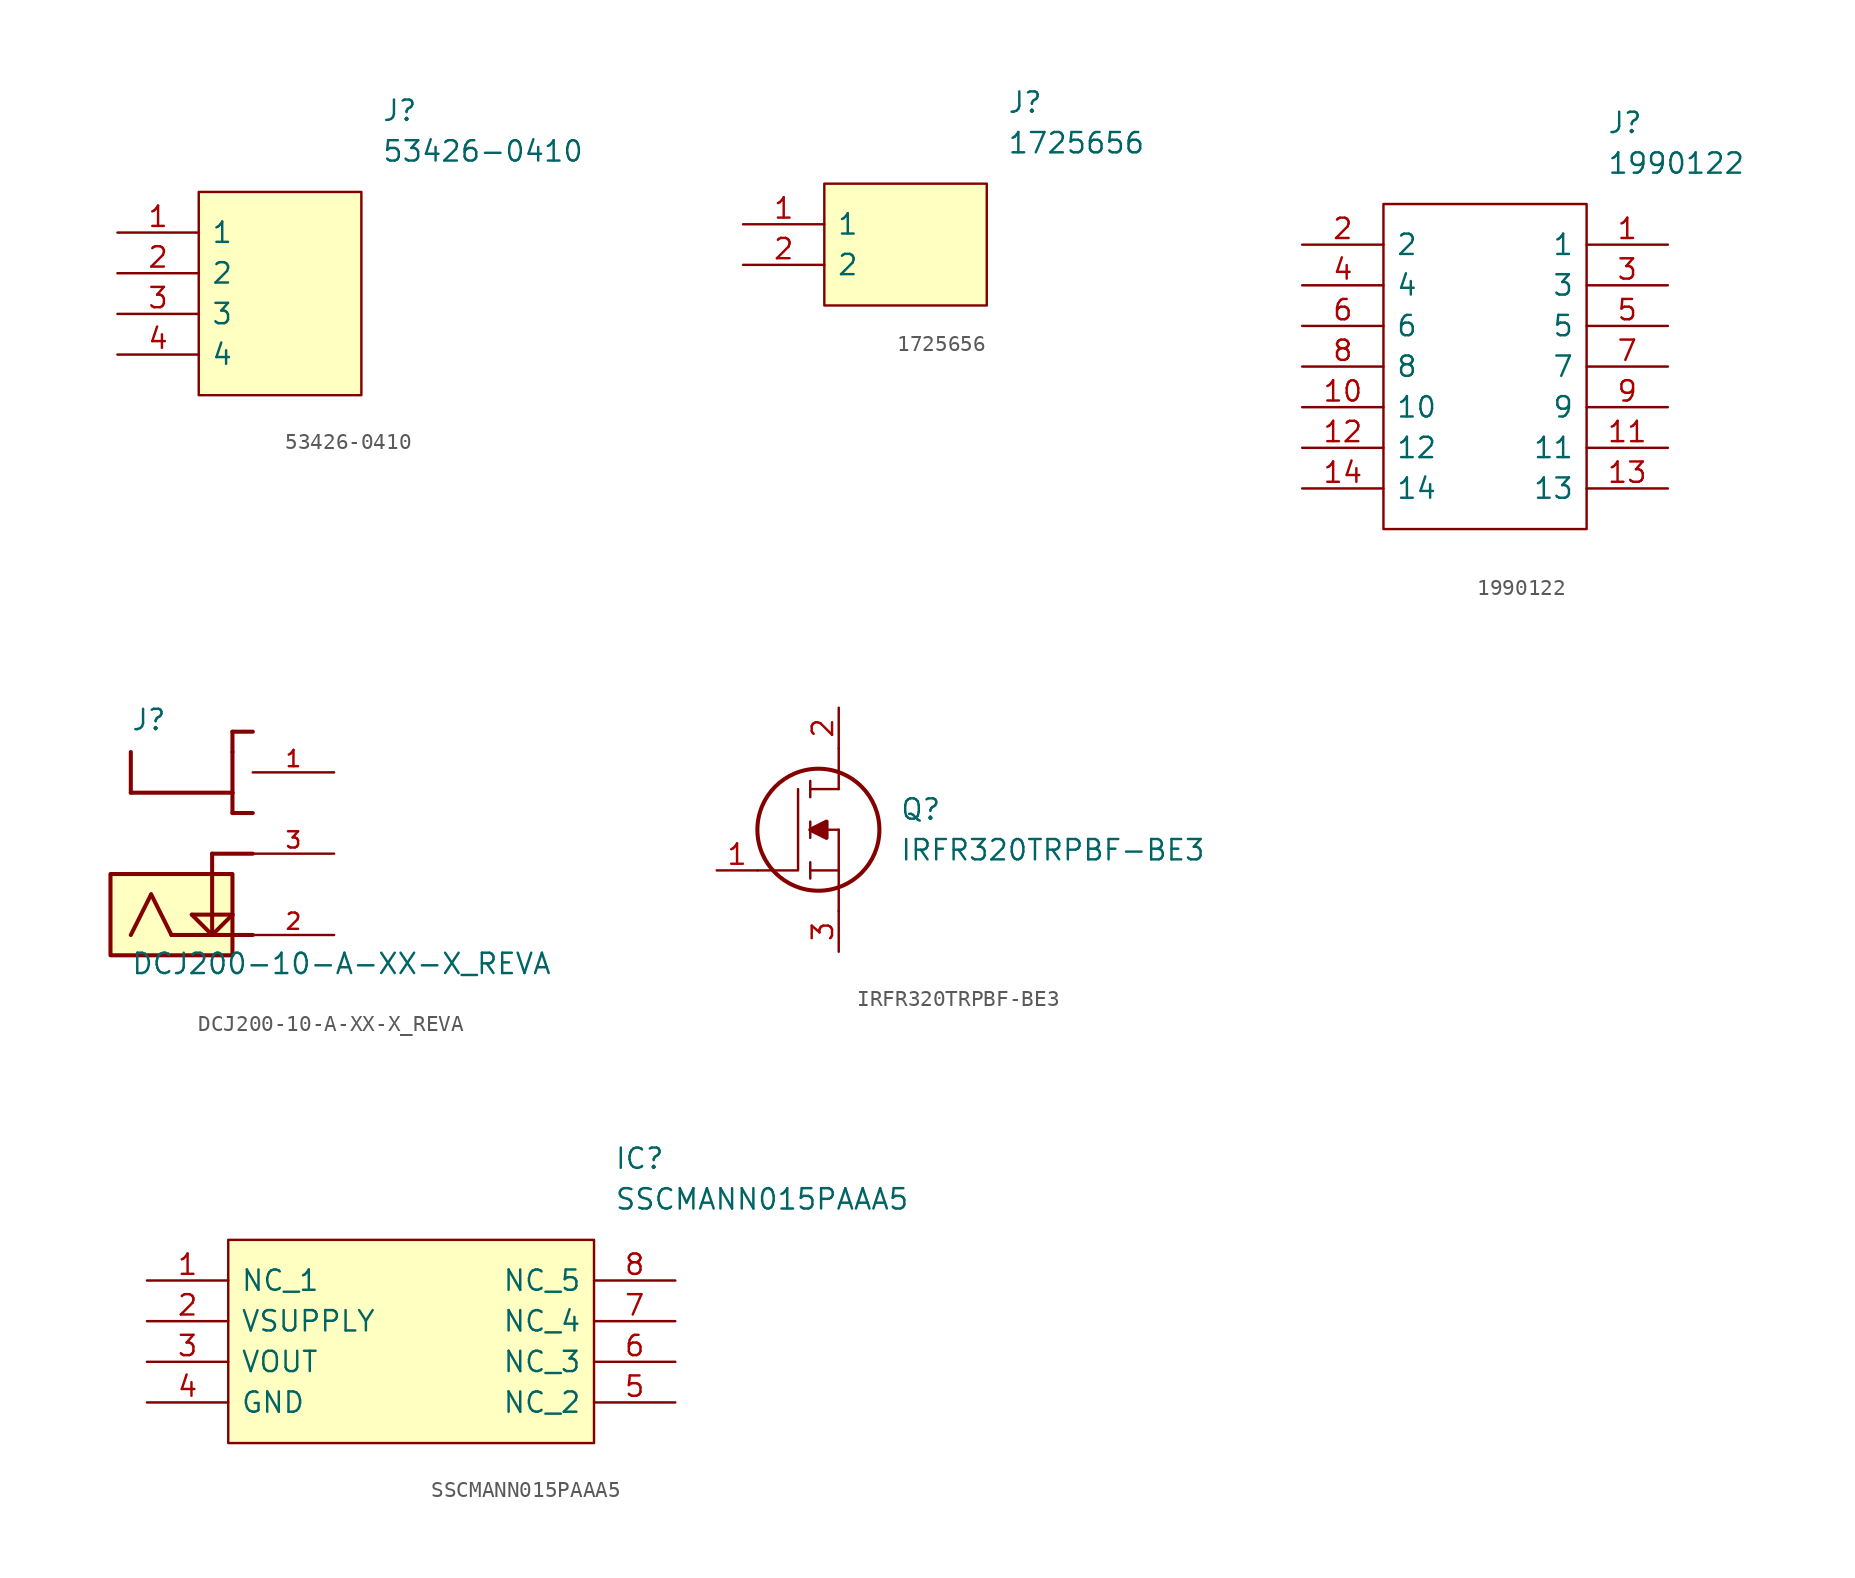
<source format=kicad_sym>
(kicad_symbol_lib
  (version 20211014)
  (generator kicad_symbol_editor)
  (symbol "53426-0410"
    (pin_names
      (offset 0.762))
    (property "Reference" "J"
      (at 16.51 7.62 0)
      (effects (font (size 1.27 1.27)) (justify left)))
    (property "Value" "53426-0410"
      (at 16.51 5.08 0)
      (effects (font (size 1.27 1.27)) (justify left)))
    (symbol "53426-0410_0_0"
      (pin passive line (at 0 0 0) (length 5.08) (name "1" (effects (font (size 1.27 1.27)))) (number "1" (effects (font (size 1.27 1.27)))))
      (pin passive line (at 0 -2.54 0) (length 5.08) (name "2" (effects (font (size 1.27 1.27)))) (number "2" (effects (font (size 1.27 1.27)))))
      (pin passive line (at 0 -5.08 0) (length 5.08) (name "3" (effects (font (size 1.27 1.27)))) (number "3" (effects (font (size 1.27 1.27)))))
      (pin passive line (at 0 -7.62 0) (length 5.08) (name "4" (effects (font (size 1.27 1.27)))) (number "4" (effects (font (size 1.27 1.27))))))
    (symbol "53426-0410_0_1"
      (polyline (pts (xy 5.08 2.54) (xy 15.24 2.54) (xy 15.24 -10.16) (xy 5.08 -10.16) (xy 5.08 2.54)) (stroke (width 0.152) (type default) (color 0 0 0 0)) (fill (type background)))))
  (symbol "1725656"
    (pin_names
      (offset 0.762))
    (property "Reference" "J"
      (at 16.51 7.62 0)
      (effects (font (size 1.27 1.27)) (justify left)))
    (property "Value" "1725656"
      (at 16.51 5.08 0)
      (effects (font (size 1.27 1.27)) (justify left)))
    (symbol "1725656_0_0"
      (pin passive line (at 0 0 0) (length 5.08) (name "1" (effects (font (size 1.27 1.27)))) (number "1" (effects (font (size 1.27 1.27)))))
      (pin passive line (at 0 -2.54 0) (length 5.08) (name "2" (effects (font (size 1.27 1.27)))) (number "2" (effects (font (size 1.27 1.27))))))
    (symbol "1725656_0_1"
      (polyline (pts (xy 5.08 2.54) (xy 15.24 2.54) (xy 15.24 -5.08) (xy 5.08 -5.08) (xy 5.08 2.54)) (stroke (width 0.152) (type default) (color 0 0 0 0)) (fill (type background)))))
  (symbol "1990122"
    (pin_names
      (offset 0.762))
    (property "Reference" "J"
      (at 19.05 7.62 0)
      (effects (font (size 1.27 1.27)) (justify left)))
    (property "Value" "1990122"
      (at 19.05 5.08 0)
      (effects (font (size 1.27 1.27)) (justify left)))
    (symbol "1990122_0_0"
      (pin passive line (at 22.86 0 180) (length 5.08) (name "1" (effects (font (size 1.27 1.27)))) (number "1" (effects (font (size 1.27 1.27)))))
      (pin passive line (at 0 -10.16 0) (length 5.08) (name "10" (effects (font (size 1.27 1.27)))) (number "10" (effects (font (size 1.27 1.27)))))
      (pin passive line (at 22.86 -12.7 180) (length 5.08) (name "11" (effects (font (size 1.27 1.27)))) (number "11" (effects (font (size 1.27 1.27)))))
      (pin passive line (at 0 -12.7 0) (length 5.08) (name "12" (effects (font (size 1.27 1.27)))) (number "12" (effects (font (size 1.27 1.27)))))
      (pin passive line (at 22.86 -15.24 180) (length 5.08) (name "13" (effects (font (size 1.27 1.27)))) (number "13" (effects (font (size 1.27 1.27)))))
      (pin passive line (at 0 -15.24 0) (length 5.08) (name "14" (effects (font (size 1.27 1.27)))) (number "14" (effects (font (size 1.27 1.27)))))
      (pin passive line (at 0 0 0) (length 5.08) (name "2" (effects (font (size 1.27 1.27)))) (number "2" (effects (font (size 1.27 1.27)))))
      (pin passive line (at 22.86 -2.54 180) (length 5.08) (name "3" (effects (font (size 1.27 1.27)))) (number "3" (effects (font (size 1.27 1.27)))))
      (pin passive line (at 0 -2.54 0) (length 5.08) (name "4" (effects (font (size 1.27 1.27)))) (number "4" (effects (font (size 1.27 1.27)))))
      (pin passive line (at 22.86 -5.08 180) (length 5.08) (name "5" (effects (font (size 1.27 1.27)))) (number "5" (effects (font (size 1.27 1.27)))))
      (pin passive line (at 0 -5.08 0) (length 5.08) (name "6" (effects (font (size 1.27 1.27)))) (number "6" (effects (font (size 1.27 1.27)))))
      (pin passive line (at 22.86 -7.62 180) (length 5.08) (name "7" (effects (font (size 1.27 1.27)))) (number "7" (effects (font (size 1.27 1.27)))))
      (pin passive line (at 0 -7.62 0) (length 5.08) (name "8" (effects (font (size 1.27 1.27)))) (number "8" (effects (font (size 1.27 1.27)))))
      (pin passive line (at 22.86 -10.16 180) (length 5.08) (name "9" (effects (font (size 1.27 1.27)))) (number "9" (effects (font (size 1.27 1.27))))))
    (symbol "1990122_0_1"
      (polyline (pts (xy 5.08 2.54) (xy 17.78 2.54) (xy 17.78 -17.78) (xy 5.08 -17.78) (xy 5.08 2.54)) (stroke (width 0.152) (type default) (color 0 0 0 0)) (fill (type none)))))
  (symbol "DCJ200-10-A-XX-X_REVA"
    (pin_names
      (offset 1.016) hide)
    (property "Reference" "J"
      (at -5.08 7.62 0)
      (effects (font (size 1.27 1.27)) (justify left bottom)))
    (property "Value" "DCJ200-10-A-XX-X_REVA"
      (at -5.08 -7.62 0)
      (effects (font (size 1.27 1.27)) (justify left bottom)))
    (property "ki_locked" ""
      (at 0 0 0)
      (effects (font (size 1.27 1.27))))
    (symbol "DCJ200-10-A-XX-X_REVA_0_0"
      (rectangle (start -6.35 -6.35) (end 1.27 -1.27) (stroke (width 0.254) (type default) (color 0 0 0 0)) (fill (type background)))
      (polyline (pts (xy -5.08 3.81) (xy 1.27 3.81)) (stroke (width 0.254) (type default) (color 0 0 0 0)) (fill (type none)))
      (polyline (pts (xy -5.08 6.35) (xy -5.08 3.81)) (stroke (width 0.254) (type default) (color 0 0 0 0)) (fill (type none)))
      (polyline (pts (xy -3.81 -2.54) (xy -5.08 -5.08)) (stroke (width 0.254) (type default) (color 0 0 0 0)) (fill (type none)))
      (polyline (pts (xy -2.54 -5.08) (xy -3.81 -2.54)) (stroke (width 0.254) (type default) (color 0 0 0 0)) (fill (type none)))
      (polyline (pts (xy -1.27 -3.81) (xy 1.27 -3.81)) (stroke (width 0.254) (type default) (color 0 0 0 0)) (fill (type none)))
      (polyline (pts (xy 0 -5.08) (xy -1.27 -3.81)) (stroke (width 0.254) (type default) (color 0 0 0 0)) (fill (type none)))
      (polyline (pts (xy 0 0) (xy 0 -5.08)) (stroke (width 0.254) (type default) (color 0 0 0 0)) (fill (type none)))
      (polyline (pts (xy 1.27 -3.81) (xy 0 -5.08)) (stroke (width 0.254) (type default) (color 0 0 0 0)) (fill (type none)))
      (polyline (pts (xy 1.27 2.54) (xy 2.54 2.54)) (stroke (width 0.254) (type default) (color 0 0 0 0)) (fill (type none)))
      (polyline (pts (xy 1.27 3.81) (xy 1.27 2.54)) (stroke (width 0.254) (type default) (color 0 0 0 0)) (fill (type none)))
      (polyline (pts (xy 1.27 6.35) (xy 1.27 3.81)) (stroke (width 0.254) (type default) (color 0 0 0 0)) (fill (type none)))
      (polyline (pts (xy 1.27 7.62) (xy 1.27 6.35)) (stroke (width 0.254) (type default) (color 0 0 0 0)) (fill (type none)))
      (polyline (pts (xy 2.54 -5.08) (xy -2.54 -5.08)) (stroke (width 0.254) (type default) (color 0 0 0 0)) (fill (type none)))
      (polyline (pts (xy 2.54 0) (xy 0 0)) (stroke (width 0.254) (type default) (color 0 0 0 0)) (fill (type none)))
      (polyline (pts (xy 2.54 7.62) (xy 1.27 7.62)) (stroke (width 0.254) (type default) (color 0 0 0 0)) (fill (type none)))
      (pin passive line (at 7.62 5.08 180) (length 5.08) (name "~" (effects (font (size 1.016 1.016)))) (number "1" (effects (font (size 1.016 1.016)))))
      (pin passive line (at 7.62 -5.08 180) (length 5.08) (name "~" (effects (font (size 1.016 1.016)))) (number "2" (effects (font (size 1.016 1.016)))))
      (pin passive line (at 7.62 0 180) (length 5.08) (name "~" (effects (font (size 1.016 1.016)))) (number "3" (effects (font (size 1.016 1.016)))))))
  (symbol "IRFR320TRPBF-BE3"
    (pin_names
      (offset 0.762))
    (property "Reference" "Q"
      (at 11.43 3.81 0)
      (effects (font (size 1.27 1.27)) (justify left)))
    (property "Value" "IRFR320TRPBF-BE3"
      (at 11.43 1.27 0)
      (effects (font (size 1.27 1.27)) (justify left)))
    (symbol "IRFR320TRPBF-BE3_0_0"
      (pin passive line (at 0 0 0) (length 2.54) (name "~" (effects (font (size 1.27 1.27)))) (number "1" (effects (font (size 1.27 1.27)))))
      (pin passive line (at 7.62 10.16 270) (length 2.54) (name "~" (effects (font (size 1.27 1.27)))) (number "2" (effects (font (size 1.27 1.27)))))
      (pin passive line (at 7.62 -5.08 90) (length 2.54) (name "~" (effects (font (size 1.27 1.27)))) (number "3" (effects (font (size 1.27 1.27))))))
    (symbol "IRFR320TRPBF-BE3_0_1"
      (polyline (pts (xy 5.842 -0.508) (xy 5.842 0.508)) (stroke (width 0.152) (type default) (color 0 0 0 0)) (fill (type none)))
      (polyline (pts (xy 5.842 0) (xy 7.62 0)) (stroke (width 0.152) (type default) (color 0 0 0 0)) (fill (type none)))
      (polyline (pts (xy 5.842 2.032) (xy 5.842 3.048)) (stroke (width 0.152) (type default) (color 0 0 0 0)) (fill (type none)))
      (polyline (pts (xy 5.842 5.588) (xy 5.842 4.572)) (stroke (width 0.152) (type default) (color 0 0 0 0)) (fill (type none)))
      (polyline (pts (xy 7.62 2.54) (xy 5.842 2.54)) (stroke (width 0.152) (type default) (color 0 0 0 0)) (fill (type none)))
      (polyline (pts (xy 7.62 2.54) (xy 7.62 -2.54)) (stroke (width 0.152) (type default) (color 0 0 0 0)) (fill (type none)))
      (polyline (pts (xy 7.62 5.08) (xy 5.842 5.08)) (stroke (width 0.152) (type default) (color 0 0 0 0)) (fill (type none)))
      (polyline (pts (xy 7.62 5.08) (xy 7.62 7.62)) (stroke (width 0.152) (type default) (color 0 0 0 0)) (fill (type none)))
      (polyline (pts (xy 2.54 0) (xy 5.08 0) (xy 5.08 5.08)) (stroke (width 0.152) (type default) (color 0 0 0 0)) (fill (type none)))
      (polyline (pts (xy 5.842 2.54) (xy 6.858 3.048) (xy 6.858 2.032) (xy 5.842 2.54)) (stroke (width 0.254) (type default) (color 0 0 0 0)) (fill (type outline)))
      (circle (center 6.35 2.54) (radius 3.81) (stroke (width 0.254) (type default) (color 0 0 0 0)) (fill (type none)))))
  (symbol "SSCMANN015PAAA5"
    (pin_names
      (offset 0.762))
    (property "Reference" "IC"
      (at 29.21 7.62 0)
      (effects (font (size 1.27 1.27)) (justify left)))
    (property "Value" "SSCMANN015PAAA5"
      (at 29.21 5.08 0)
      (effects (font (size 1.27 1.27)) (justify left)))
    (symbol "SSCMANN015PAAA5_0_0"
      (pin passive line (at 0 0 0) (length 5.08) (name "NC_1" (effects (font (size 1.27 1.27)))) (number "1" (effects (font (size 1.27 1.27)))))
      (pin passive line (at 0 -2.54 0) (length 5.08) (name "VSUPPLY" (effects (font (size 1.27 1.27)))) (number "2" (effects (font (size 1.27 1.27)))))
      (pin passive line (at 0 -5.08 0) (length 5.08) (name "VOUT" (effects (font (size 1.27 1.27)))) (number "3" (effects (font (size 1.27 1.27)))))
      (pin passive line (at 0 -7.62 0) (length 5.08) (name "GND" (effects (font (size 1.27 1.27)))) (number "4" (effects (font (size 1.27 1.27)))))
      (pin passive line (at 33.02 -7.62 180) (length 5.08) (name "NC_2" (effects (font (size 1.27 1.27)))) (number "5" (effects (font (size 1.27 1.27)))))
      (pin passive line (at 33.02 -5.08 180) (length 5.08) (name "NC_3" (effects (font (size 1.27 1.27)))) (number "6" (effects (font (size 1.27 1.27)))))
      (pin passive line (at 33.02 -2.54 180) (length 5.08) (name "NC_4" (effects (font (size 1.27 1.27)))) (number "7" (effects (font (size 1.27 1.27)))))
      (pin passive line (at 33.02 0 180) (length 5.08) (name "NC_5" (effects (font (size 1.27 1.27)))) (number "8" (effects (font (size 1.27 1.27))))))
    (symbol "SSCMANN015PAAA5_0_1"
      (polyline (pts (xy 5.08 2.54) (xy 27.94 2.54) (xy 27.94 -10.16) (xy 5.08 -10.16) (xy 5.08 2.54)) (stroke (width 0.152) (type default) (color 0 0 0 0)) (fill (type background))))))
</source>
